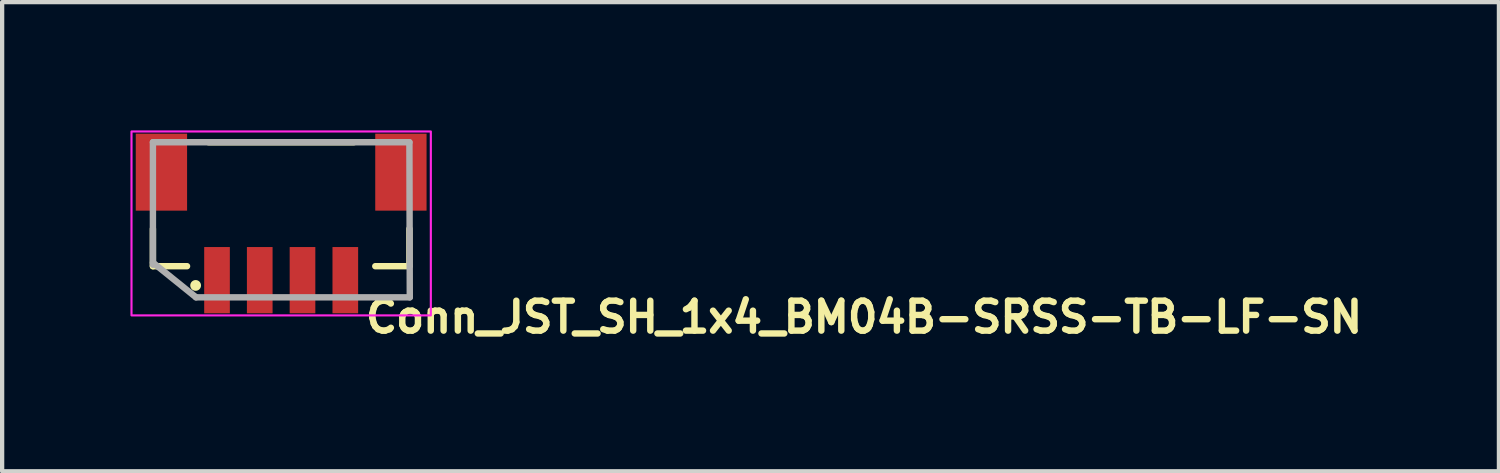
<source format=kicad_pcb>
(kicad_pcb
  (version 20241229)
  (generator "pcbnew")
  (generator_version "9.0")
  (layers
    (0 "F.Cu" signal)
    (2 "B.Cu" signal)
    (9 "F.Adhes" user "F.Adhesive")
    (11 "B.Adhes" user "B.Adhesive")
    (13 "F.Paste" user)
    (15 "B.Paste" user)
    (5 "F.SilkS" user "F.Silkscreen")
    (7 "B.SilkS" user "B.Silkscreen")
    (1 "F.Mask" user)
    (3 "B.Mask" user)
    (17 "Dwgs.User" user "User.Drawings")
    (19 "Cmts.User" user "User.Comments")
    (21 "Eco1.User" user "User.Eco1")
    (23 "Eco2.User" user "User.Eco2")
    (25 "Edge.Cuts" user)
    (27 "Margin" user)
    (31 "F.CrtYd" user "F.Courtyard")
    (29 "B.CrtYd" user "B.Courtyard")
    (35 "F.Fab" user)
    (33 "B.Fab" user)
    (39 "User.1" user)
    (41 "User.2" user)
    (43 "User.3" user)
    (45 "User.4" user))
  (footprint "Conn_JST_SH_1x4_BM04B-SRSS-TB-LF-SN"
    (layer "F.Cu")
    (at 3.525 2.125)
    (property "Reference" "Conn_JST_SH_1x4_BM04B-SRSS-TB-LF-SN" (at 1.9 2.65 0) (layer "F.SilkS") (effects (font (size 0.7 0.7) (thickness 0.15)) (justify left bottom)))
    (attr smd)
    (fp_line (start -2.999 0.176) (end -2.999 1.05) (stroke (width 0.15) (type solid)) (layer "F.SilkS"))
    (fp_line (start -2.999 1.05) (end -2.201 1.05) (stroke (width 0.15) (type solid)) (layer "F.SilkS"))
    (fp_line (start -1.7 -1.849) (end 1.702 -1.849) (stroke (width 0.15) (type solid)) (layer "F.SilkS"))
    (fp_line (start 2.999 0.176) (end 2.999 1.05) (stroke (width 0.15) (type solid)) (layer "F.SilkS"))
    (fp_line (start 2.999 1.05) (end 2.201 1.05) (stroke (width 0.15) (type solid)) (layer "F.SilkS"))
    (fp_circle (center -2 1.5) (end -1.949 1.5) (stroke (width 0.15) (type solid)) (fill yes) (layer "F.SilkS"))
    (fp_rect (start -3.5 -2.1) (end 3.5 2.2) (stroke (width 0.05) (type solid)) (fill no) (layer "F.CrtYd"))
    (fp_line (start -2.999 -1.849) (end 2.999 -1.849) (stroke (width 0.15) (type solid)) (layer "F.Fab"))
    (fp_line (start -2.999 1.016) (end -2.999 -1.849) (stroke (width 0.15) (type solid)) (layer "F.Fab"))
    (fp_line (start -1.991 1.778) (end -2.999 0.966) (stroke (width 0.15) (type solid)) (layer "F.Fab"))
    (fp_line (start 2.999 -1.849) (end 3.008 1.778) (stroke (width 0.15) (type solid)) (layer "F.Fab"))
    (fp_line (start 3.008 1.778) (end -1.991 1.778) (stroke (width 0.15) (type solid)) (layer "F.Fab"))
    (fp_rect (start -2.999 -1.8) (end 2.999 1.8) (stroke (width 0.15) (type solid)) (fill no) (layer "User.5"))
    (fp_line (start -2.999 -1.599) (end -2.999 -0.199) (stroke (width 0.02) (type solid)) (layer "User.9"))
    (fp_line (start -2.999 -0.1) (end -2.999 -0.199) (stroke (width 0.02) (type solid)) (layer "User.9"))
    (fp_line (start -2.999 0.501) (end -2.999 -0.1) (stroke (width 0.02) (type solid)) (layer "User.9"))
    (fp_line (start -2.999 0.601) (end -2.999 0.501) (stroke (width 0.02) (type solid)) (layer "User.9"))
    (fp_line (start -2.999 0.981) (end -2.999 0.601) (stroke (width 0.02) (type solid)) (layer "User.9"))
    (fp_line (start -2.749 -1.8) (end -2.749 -1.599) (stroke (width 0.02) (type solid)) (layer "User.9"))
    (fp_line (start -2.749 -1.599) (end -2.999 -1.599) (stroke (width 0.02) (type solid)) (layer "User.9"))
    (fp_line (start -2.749 -0.1) (end -2.749 0.201) (stroke (width 0.02) (type solid)) (layer "User.9"))
    (fp_line (start -2.749 0.201) (end -2.499 0.201) (stroke (width 0.02) (type solid)) (layer "User.9"))
    (fp_line (start -2.749 0.601) (end -2.749 0.856) (stroke (width 0.02) (type solid)) (layer "User.9"))
    (fp_line (start -2.749 0.856) (end -2.499 0.856) (stroke (width 0.02) (type solid)) (layer "User.9"))
    (fp_line (start -2.701 -1.149) (end -2.6 -1.05) (stroke (width 0.02) (type solid)) (layer "User.9"))
    (fp_line (start -2.701 -1.149) (end -2.35 -1.149) (stroke (width 0.02) (type solid)) (layer "User.9"))
    (fp_line (start -2.701 -0.349) (end -2.701 -1.149) (stroke (width 0.02) (type solid)) (layer "User.9"))
    (fp_line (start -2.701 -0.349) (end -2.6 -0.449) (stroke (width 0.02) (type solid)) (layer "User.9"))
    (fp_line (start -2.6 -1.05) (end -2.6 -0.449) (stroke (width 0.02) (type solid)) (layer "User.9"))
    (fp_line (start -2.6 -0.449) (end -2.249 -0.449) (stroke (width 0.02) (type solid)) (layer "User.9"))
    (fp_line (start -2.499 -0.199) (end -2.999 -0.199) (stroke (width 0.02) (type solid)) (layer "User.9"))
    (fp_line (start -2.499 -0.199) (end -2.499 0.981) (stroke (width 0.02) (type solid)) (layer "User.9"))
    (fp_line (start -2.499 -0.1) (end -2.999 -0.1) (stroke (width 0.02) (type solid)) (layer "User.9"))
    (fp_line (start -2.499 0.501) (end -2.999 0.501) (stroke (width 0.02) (type solid)) (layer "User.9"))
    (fp_line (start -2.499 0.601) (end -2.999 0.601) (stroke (width 0.02) (type solid)) (layer "User.9"))
    (fp_line (start -2.499 0.981) (end -2.999 0.981) (stroke (width 0.02) (type solid)) (layer "User.9"))
    (fp_line (start -2.35 -1.649) (end -2.249 -1.55) (stroke (width 0.02) (type solid)) (layer "User.9"))
    (fp_line (start -2.35 -1.649) (end 2.35 -1.649) (stroke (width 0.02) (type solid)) (layer "User.9"))
    (fp_line (start -2.35 -1.149) (end -2.35 -1.649) (stroke (width 0.02) (type solid)) (layer "User.9"))
    (fp_line (start -2.35 -1.149) (end -2.249 -1.05) (stroke (width 0.02) (type solid)) (layer "User.9"))
    (fp_line (start -2.35 -0.349) (end -2.701 -0.349) (stroke (width 0.02) (type solid)) (layer "User.9"))
    (fp_line (start -2.35 -0.349) (end -2.249 -0.449) (stroke (width 0.02) (type solid)) (layer "User.9"))
    (fp_line (start -2.35 0.831) (end -2.35 -0.349) (stroke (width 0.02) (type solid)) (layer "User.9"))
    (fp_line (start -2.249 -1.55) (end -2.249 -1.05) (stroke (width 0.02) (type solid)) (layer "User.9"))
    (fp_line (start -2.249 -1.05) (end -2.6 -1.05) (stroke (width 0.02) (type solid)) (layer "User.9"))
    (fp_line (start -2.249 -0.449) (end -2.249 -1.05) (stroke (width 0.02) (type solid)) (layer "User.9"))
    (fp_line (start -2.249 -0.449) (end -2.249 0.731) (stroke (width 0.02) (type solid)) (layer "User.9"))
    (fp_line (start -2.249 0.731) (end -2.35 0.831) (stroke (width 0.02) (type solid)) (layer "User.9"))
    (fp_line (start -2.249 0.731) (end 2.249 0.731) (stroke (width 0.02) (type solid)) (layer "User.9"))
    (fp_line (start -2.201 0.981) (end -2.499 0.981) (stroke (width 0.02) (type solid)) (layer "User.9"))
    (fp_line (start -2.201 0.981) (end -2.201 1.101) (stroke (width 0.02) (type solid)) (layer "User.9"))
    (fp_line (start -1.575 -1.071) (end -1.538 -1.034) (stroke (width 0.02) (type solid)) (layer "User.9"))
    (fp_line (start -1.575 -1.071) (end -1.427 -1.071) (stroke (width 0.02) (type solid)) (layer "User.9"))
    (fp_line (start -1.575 -0.768) (end -1.575 -1.071) (stroke (width 0.02) (type solid)) (layer "User.9"))
    (fp_line (start -1.575 -0.768) (end -1.538 -0.805) (stroke (width 0.02) (type solid)) (layer "User.9"))
    (fp_line (start -1.575 0.032) (end -1.575 0.332) (stroke (width 0.02) (type solid)) (layer "User.9"))
    (fp_line (start -1.575 0.032) (end -1.575 0.332) (stroke (width 0.02) (type solid)) (layer "User.9"))
    (fp_line (start -1.575 0.032) (end -1.427 0.032) (stroke (width 0.02) (type solid)) (layer "User.9"))
    (fp_line (start -1.575 0.032) (end -1.427 0.032) (stroke (width 0.02) (type solid)) (layer "User.9"))
    (fp_line (start -1.575 0.332) (end -1.427 0.332) (stroke (width 0.02) (type solid)) (layer "User.9"))
    (fp_line (start -1.575 0.332) (end -1.427 0.332) (stroke (width 0.02) (type solid)) (layer "User.9"))
    (fp_line (start -1.575 1.101) (end -1.575 1.294) (stroke (width 0.02) (type solid)) (layer "User.9"))
    (fp_line (start -1.575 1.294) (end -1.575 1.71) (stroke (width 0.02) (type solid)) (layer "User.9"))
    (fp_line (start -1.575 1.71) (end -1.575 1.8) (stroke (width 0.02) (type solid)) (layer "User.9"))
    (fp_line (start -1.538 -1.034) (end -1.538 -0.805) (stroke (width 0.02) (type solid)) (layer "User.9"))
    (fp_line (start -1.538 -0.805) (end -1.462 -0.805) (stroke (width 0.02) (type solid)) (layer "User.9"))
    (fp_line (start -1.462 -1.034) (end -1.538 -1.034) (stroke (width 0.02) (type solid)) (layer "User.9"))
    (fp_line (start -1.462 -1.034) (end -1.427 -1.071) (stroke (width 0.02) (type solid)) (layer "User.9"))
    (fp_line (start -1.462 -0.805) (end -1.462 -1.034) (stroke (width 0.02) (type solid)) (layer "User.9"))
    (fp_line (start -1.462 -0.805) (end -1.427 -0.768) (stroke (width 0.02) (type solid)) (layer "User.9"))
    (fp_line (start -1.427 -1.071) (end -1.427 -0.768) (stroke (width 0.02) (type solid)) (layer "User.9"))
    (fp_line (start -1.427 -0.768) (end -1.575 -0.768) (stroke (width 0.02) (type solid)) (layer "User.9"))
    (fp_line (start -1.427 0.032) (end -1.427 0.332) (stroke (width 0.02) (type solid)) (layer "User.9"))
    (fp_line (start -1.427 0.032) (end -1.427 0.332) (stroke (width 0.02) (type solid)) (layer "User.9"))
    (fp_line (start -1.427 1.101) (end -1.427 1.294) (stroke (width 0.02) (type solid)) (layer "User.9"))
    (fp_line (start -1.427 1.294) (end -1.575 1.294) (stroke (width 0.02) (type solid)) (layer "User.9"))
    (fp_line (start -1.427 1.294) (end -1.427 1.71) (stroke (width 0.02) (type solid)) (layer "User.9"))
    (fp_line (start -1.427 1.71) (end -1.427 1.8) (stroke (width 0.02) (type solid)) (layer "User.9"))
    (fp_line (start -1.427 1.8) (end -1.575 1.8) (stroke (width 0.02) (type solid)) (layer "User.9"))
    (fp_line (start -0.575 -1.071) (end -0.539 -1.034) (stroke (width 0.02) (type solid)) (layer "User.9"))
    (fp_line (start -0.575 -1.071) (end -0.425 -1.071) (stroke (width 0.02) (type solid)) (layer "User.9"))
    (fp_line (start -0.575 -0.768) (end -0.575 -1.071) (stroke (width 0.02) (type solid)) (layer "User.9"))
    (fp_line (start -0.575 -0.768) (end -0.539 -0.805) (stroke (width 0.02) (type solid)) (layer "User.9"))
    (fp_line (start -0.575 0.032) (end -0.575 0.332) (stroke (width 0.02) (type solid)) (layer "User.9"))
    (fp_line (start -0.575 0.032) (end -0.575 0.332) (stroke (width 0.02) (type solid)) (layer "User.9"))
    (fp_line (start -0.575 0.032) (end -0.425 0.032) (stroke (width 0.02) (type solid)) (layer "User.9"))
    (fp_line (start -0.575 0.032) (end -0.425 0.032) (stroke (width 0.02) (type solid)) (layer "User.9"))
    (fp_line (start -0.575 0.332) (end -0.425 0.332) (stroke (width 0.02) (type solid)) (layer "User.9"))
    (fp_line (start -0.575 0.332) (end -0.425 0.332) (stroke (width 0.02) (type solid)) (layer "User.9"))
    (fp_line (start -0.575 1.101) (end -0.575 1.294) (stroke (width 0.02) (type solid)) (layer "User.9"))
    (fp_line (start -0.575 1.294) (end -0.575 1.71) (stroke (width 0.02) (type solid)) (layer "User.9"))
    (fp_line (start -0.575 1.71) (end -0.575 1.8) (stroke (width 0.02) (type solid)) (layer "User.9"))
    (fp_line (start -0.539 -1.034) (end -0.539 -0.805) (stroke (width 0.02) (type solid)) (layer "User.9"))
    (fp_line (start -0.539 -0.805) (end -0.462 -0.805) (stroke (width 0.02) (type solid)) (layer "User.9"))
    (fp_line (start -0.462 -1.034) (end -0.539 -1.034) (stroke (width 0.02) (type solid)) (layer "User.9"))
    (fp_line (start -0.462 -1.034) (end -0.425 -1.071) (stroke (width 0.02) (type solid)) (layer "User.9"))
    (fp_line (start -0.462 -0.805) (end -0.462 -1.034) (stroke (width 0.02) (type solid)) (layer "User.9"))
    (fp_line (start -0.462 -0.805) (end -0.425 -0.768) (stroke (width 0.02) (type solid)) (layer "User.9"))
    (fp_line (start -0.425 -1.071) (end -0.425 -0.768) (stroke (width 0.02) (type solid)) (layer "User.9"))
    (fp_line (start -0.425 -0.768) (end -0.575 -0.768) (stroke (width 0.02) (type solid)) (layer "User.9"))
    (fp_line (start -0.425 0.032) (end -0.425 0.332) (stroke (width 0.02) (type solid)) (layer "User.9"))
    (fp_line (start -0.425 0.032) (end -0.425 0.332) (stroke (width 0.02) (type solid)) (layer "User.9"))
    (fp_line (start -0.425 1.101) (end -0.425 1.294) (stroke (width 0.02) (type solid)) (layer "User.9"))
    (fp_line (start -0.425 1.294) (end -0.575 1.294) (stroke (width 0.02) (type solid)) (layer "User.9"))
    (fp_line (start -0.425 1.294) (end -0.425 1.71) (stroke (width 0.02) (type solid)) (layer "User.9"))
    (fp_line (start -0.425 1.71) (end -0.425 1.8) (stroke (width 0.02) (type solid)) (layer "User.9"))
    (fp_line (start -0.425 1.8) (end -0.575 1.8) (stroke (width 0.02) (type solid)) (layer "User.9"))
    (fp_line (start 0.425 -1.071) (end 0.462 -1.034) (stroke (width 0.02) (type solid)) (layer "User.9"))
    (fp_line (start 0.425 -1.071) (end 0.577 -1.071) (stroke (width 0.02) (type solid)) (layer "User.9"))
    (fp_line (start 0.425 -0.768) (end 0.425 -1.071) (stroke (width 0.02) (type solid)) (layer "User.9"))
    (fp_line (start 0.425 -0.768) (end 0.462 -0.805) (stroke (width 0.02) (type solid)) (layer "User.9"))
    (fp_line (start 0.425 0.032) (end 0.425 0.332) (stroke (width 0.02) (type solid)) (layer "User.9"))
    (fp_line (start 0.425 0.032) (end 0.425 0.332) (stroke (width 0.02) (type solid)) (layer "User.9"))
    (fp_line (start 0.425 0.032) (end 0.577 0.032) (stroke (width 0.02) (type solid)) (layer "User.9"))
    (fp_line (start 0.425 0.032) (end 0.577 0.032) (stroke (width 0.02) (type solid)) (layer "User.9"))
    (fp_line (start 0.425 0.332) (end 0.577 0.332) (stroke (width 0.02) (type solid)) (layer "User.9"))
    (fp_line (start 0.425 0.332) (end 0.577 0.332) (stroke (width 0.02) (type solid)) (layer "User.9"))
    (fp_line (start 0.425 1.101) (end 0.425 1.294) (stroke (width 0.02) (type solid)) (layer "User.9"))
    (fp_line (start 0.425 1.294) (end 0.425 1.71) (stroke (width 0.02) (type solid)) (layer "User.9"))
    (fp_line (start 0.425 1.71) (end 0.425 1.8) (stroke (width 0.02) (type solid)) (layer "User.9"))
    (fp_line (start 0.462 -1.034) (end 0.462 -0.805) (stroke (width 0.02) (type solid)) (layer "User.9"))
    (fp_line (start 0.462 -0.805) (end 0.538 -0.805) (stroke (width 0.02) (type solid)) (layer "User.9"))
    (fp_line (start 0.538 -1.034) (end 0.462 -1.034) (stroke (width 0.02) (type solid)) (layer "User.9"))
    (fp_line (start 0.538 -1.034) (end 0.577 -1.071) (stroke (width 0.02) (type solid)) (layer "User.9"))
    (fp_line (start 0.538 -0.805) (end 0.538 -1.034) (stroke (width 0.02) (type solid)) (layer "User.9"))
    (fp_line (start 0.538 -0.805) (end 0.577 -0.768) (stroke (width 0.02) (type solid)) (layer "User.9"))
    (fp_line (start 0.577 -1.071) (end 0.577 -0.768) (stroke (width 0.02) (type solid)) (layer "User.9"))
    (fp_line (start 0.577 -0.768) (end 0.425 -0.768) (stroke (width 0.02) (type solid)) (layer "User.9"))
    (fp_line (start 0.577 0.032) (end 0.577 0.332) (stroke (width 0.02) (type solid)) (layer "User.9"))
    (fp_line (start 0.577 0.032) (end 0.577 0.332) (stroke (width 0.02) (type solid)) (layer "User.9"))
    (fp_line (start 0.577 1.101) (end 0.577 1.294) (stroke (width 0.02) (type solid)) (layer "User.9"))
    (fp_line (start 0.577 1.294) (end 0.425 1.294) (stroke (width 0.02) (type solid)) (layer "User.9"))
    (fp_line (start 0.577 1.294) (end 0.577 1.71) (stroke (width 0.02) (type solid)) (layer "User.9"))
    (fp_line (start 0.577 1.71) (end 0.577 1.8) (stroke (width 0.02) (type solid)) (layer "User.9"))
    (fp_line (start 0.577 1.8) (end 0.425 1.8) (stroke (width 0.02) (type solid)) (layer "User.9"))
    (fp_line (start 1.423 -1.071) (end 1.46 -1.034) (stroke (width 0.02) (type solid)) (layer "User.9"))
    (fp_line (start 1.423 -1.071) (end 1.577 -1.071) (stroke (width 0.02) (type solid)) (layer "User.9"))
    (fp_line (start 1.423 -0.768) (end 1.423 -1.071) (stroke (width 0.02) (type solid)) (layer "User.9"))
    (fp_line (start 1.423 -0.768) (end 1.46 -0.805) (stroke (width 0.02) (type solid)) (layer "User.9"))
    (fp_line (start 1.423 0.032) (end 1.423 0.332) (stroke (width 0.02) (type solid)) (layer "User.9"))
    (fp_line (start 1.423 0.032) (end 1.423 0.332) (stroke (width 0.02) (type solid)) (layer "User.9"))
    (fp_line (start 1.423 0.032) (end 1.577 0.032) (stroke (width 0.02) (type solid)) (layer "User.9"))
    (fp_line (start 1.423 0.032) (end 1.577 0.032) (stroke (width 0.02) (type solid)) (layer "User.9"))
    (fp_line (start 1.423 0.332) (end 1.577 0.332) (stroke (width 0.02) (type solid)) (layer "User.9"))
    (fp_line (start 1.423 0.332) (end 1.577 0.332) (stroke (width 0.02) (type solid)) (layer "User.9"))
    (fp_line (start 1.423 1.101) (end 1.423 1.294) (stroke (width 0.02) (type solid)) (layer "User.9"))
    (fp_line (start 1.423 1.294) (end 1.423 1.71) (stroke (width 0.02) (type solid)) (layer "User.9"))
    (fp_line (start 1.423 1.71) (end 1.423 1.8) (stroke (width 0.02) (type solid)) (layer "User.9"))
    (fp_line (start 1.46 -1.034) (end 1.46 -0.805) (stroke (width 0.02) (type solid)) (layer "User.9"))
    (fp_line (start 1.46 -0.805) (end 1.538 -0.805) (stroke (width 0.02) (type solid)) (layer "User.9"))
    (fp_line (start 1.538 -1.034) (end 1.46 -1.034) (stroke (width 0.02) (type solid)) (layer "User.9"))
    (fp_line (start 1.538 -1.034) (end 1.577 -1.071) (stroke (width 0.02) (type solid)) (layer "User.9"))
    (fp_line (start 1.538 -0.805) (end 1.538 -1.034) (stroke (width 0.02) (type solid)) (layer "User.9"))
    (fp_line (start 1.538 -0.805) (end 1.577 -0.768) (stroke (width 0.02) (type solid)) (layer "User.9"))
    (fp_line (start 1.577 -1.071) (end 1.577 -0.768) (stroke (width 0.02) (type solid)) (layer "User.9"))
    (fp_line (start 1.577 -0.768) (end 1.423 -0.768) (stroke (width 0.02) (type solid)) (layer "User.9"))
    (fp_line (start 1.577 0.032) (end 1.577 0.332) (stroke (width 0.02) (type solid)) (layer "User.9"))
    (fp_line (start 1.577 0.032) (end 1.577 0.332) (stroke (width 0.02) (type solid)) (layer "User.9"))
    (fp_line (start 1.577 1.101) (end 1.577 1.294) (stroke (width 0.02) (type solid)) (layer "User.9"))
    (fp_line (start 1.577 1.294) (end 1.423 1.294) (stroke (width 0.02) (type solid)) (layer "User.9"))
    (fp_line (start 1.577 1.294) (end 1.577 1.71) (stroke (width 0.02) (type solid)) (layer "User.9"))
    (fp_line (start 1.577 1.71) (end 1.577 1.8) (stroke (width 0.02) (type solid)) (layer "User.9"))
    (fp_line (start 1.577 1.8) (end 1.423 1.8) (stroke (width 0.02) (type solid)) (layer "User.9"))
    (fp_line (start 2.201 0.981) (end 2.201 1.101) (stroke (width 0.02) (type solid)) (layer "User.9"))
    (fp_line (start 2.201 0.981) (end 2.499 0.981) (stroke (width 0.02) (type solid)) (layer "User.9"))
    (fp_line (start 2.201 1.101) (end -2.201 1.101) (stroke (width 0.02) (type solid)) (layer "User.9"))
    (fp_line (start 2.249 -1.55) (end -2.249 -1.55) (stroke (width 0.02) (type solid)) (layer "User.9"))
    (fp_line (start 2.249 -1.05) (end 2.249 -1.55) (stroke (width 0.02) (type solid)) (layer "User.9"))
    (fp_line (start 2.249 -1.05) (end 2.249 -0.449) (stroke (width 0.02) (type solid)) (layer "User.9"))
    (fp_line (start 2.249 -1.05) (end 2.35 -1.149) (stroke (width 0.02) (type solid)) (layer "User.9"))
    (fp_line (start 2.249 -0.449) (end 2.35 -0.349) (stroke (width 0.02) (type solid)) (layer "User.9"))
    (fp_line (start 2.249 -0.449) (end 2.6 -0.449) (stroke (width 0.02) (type solid)) (layer "User.9"))
    (fp_line (start 2.249 0.731) (end 2.249 -0.449) (stroke (width 0.02) (type solid)) (layer "User.9"))
    (fp_line (start 2.249 0.731) (end 2.35 0.831) (stroke (width 0.02) (type solid)) (layer "User.9"))
    (fp_line (start 2.35 -1.649) (end 2.249 -1.55) (stroke (width 0.02) (type solid)) (layer "User.9"))
    (fp_line (start 2.35 -1.649) (end 2.35 -1.149) (stroke (width 0.02) (type solid)) (layer "User.9"))
    (fp_line (start 2.35 -1.149) (end 2.701 -1.149) (stroke (width 0.02) (type solid)) (layer "User.9"))
    (fp_line (start 2.35 -0.349) (end 2.35 0.831) (stroke (width 0.02) (type solid)) (layer "User.9"))
    (fp_line (start 2.35 0.831) (end -2.35 0.831) (stroke (width 0.02) (type solid)) (layer "User.9"))
    (fp_line (start 2.499 -0.199) (end 2.499 0.981) (stroke (width 0.02) (type solid)) (layer "User.9"))
    (fp_line (start 2.499 -0.199) (end 2.999 -0.199) (stroke (width 0.02) (type solid)) (layer "User.9"))
    (fp_line (start 2.499 -0.1) (end 2.999 -0.1) (stroke (width 0.02) (type solid)) (layer "User.9"))
    (fp_line (start 2.499 0.201) (end 2.749 0.201) (stroke (width 0.02) (type solid)) (layer "User.9"))
    (fp_line (start 2.499 0.501) (end 2.999 0.501) (stroke (width 0.02) (type solid)) (layer "User.9"))
    (fp_line (start 2.499 0.601) (end 2.999 0.601) (stroke (width 0.02) (type solid)) (layer "User.9"))
    (fp_line (start 2.499 0.856) (end 2.749 0.856) (stroke (width 0.02) (type solid)) (layer "User.9"))
    (fp_line (start 2.499 0.981) (end 2.999 0.981) (stroke (width 0.02) (type solid)) (layer "User.9"))
    (fp_line (start 2.6 -1.05) (end 2.249 -1.05) (stroke (width 0.02) (type solid)) (layer "User.9"))
    (fp_line (start 2.6 -1.05) (end 2.701 -1.149) (stroke (width 0.02) (type solid)) (layer "User.9"))
    (fp_line (start 2.6 -0.449) (end 2.6 -1.05) (stroke (width 0.02) (type solid)) (layer "User.9"))
    (fp_line (start 2.6 -0.449) (end 2.701 -0.349) (stroke (width 0.02) (type solid)) (layer "User.9"))
    (fp_line (start 2.701 -1.149) (end 2.701 -0.349) (stroke (width 0.02) (type solid)) (layer "User.9"))
    (fp_line (start 2.701 -0.349) (end 2.35 -0.349) (stroke (width 0.02) (type solid)) (layer "User.9"))
    (fp_line (start 2.749 -1.8) (end -2.749 -1.8) (stroke (width 0.02) (type solid)) (layer "User.9"))
    (fp_line (start 2.749 -1.8) (end 2.749 -1.599) (stroke (width 0.02) (type solid)) (layer "User.9"))
    (fp_line (start 2.749 -1.599) (end 2.999 -1.599) (stroke (width 0.02) (type solid)) (layer "User.9"))
    (fp_line (start 2.749 0.201) (end 2.749 -0.1) (stroke (width 0.02) (type solid)) (layer "User.9"))
    (fp_line (start 2.749 0.856) (end 2.749 0.601) (stroke (width 0.02) (type solid)) (layer "User.9"))
    (fp_line (start 2.999 -1.599) (end 2.999 -0.199) (stroke (width 0.02) (type solid)) (layer "User.9"))
    (fp_line (start 2.999 -0.1) (end 2.999 -0.199) (stroke (width 0.02) (type solid)) (layer "User.9"))
    (fp_line (start 2.999 0.501) (end 2.999 -0.1) (stroke (width 0.02) (type solid)) (layer "User.9"))
    (fp_line (start 2.999 0.601) (end 2.999 0.501) (stroke (width 0.02) (type solid)) (layer "User.9"))
    (fp_line (start 2.999 0.981) (end 2.999 0.601) (stroke (width 0.02) (type solid)) (layer "User.9"))
    (pad "1" smd rect (at -1.5 1.377) (size 0.6 1.55) (layers "F.Cu" "F.Mask" "F.Paste"))
    (pad "2" smd rect (at -0.501 1.377) (size 0.6 1.55) (layers "F.Cu" "F.Mask" "F.Paste"))
    (pad "3" smd rect (at 0.499 1.377) (size 0.6 1.55) (layers "F.Cu" "F.Mask" "F.Paste"))
    (pad "4" smd rect (at 1.5 1.377) (size 0.6 1.55) (layers "F.Cu" "F.Mask" "F.Paste"))
    (pad "MP" smd rect (at -2.8 -1.149) (size 1.2 1.8) (layers "F.Cu" "F.Mask" "F.Paste"))
    (pad "MP" smd rect (at 2.8 -1.149) (size 1.2 1.8) (layers "F.Cu" "F.Mask" "F.Paste")))
  (gr_rect
    (start -3 -3)
    (end 32.002 7.971)
    (stroke (width 0.1) (type default))
    (fill no)
    (layer "Edge.Cuts")))
</source>
